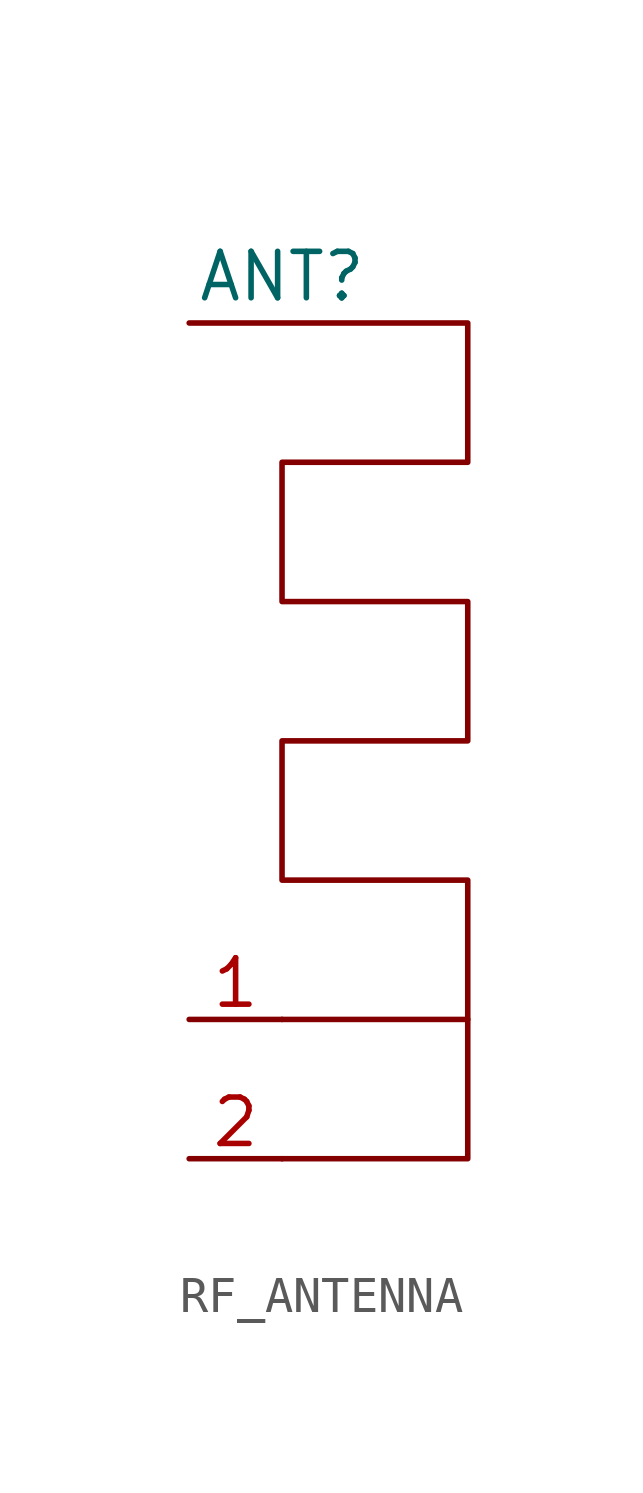
<source format=kicad_sym>
(kicad_symbol_lib
  (version 20231120)
  (generator "kicad_symbol_editor")
  (generator_version "8.0")
  (symbol "RF_ANTENNA"
    (property "Reference" "ANT"
      (at 0 13.97 0)
      (effects (font (size 1.27 1.27))))
    (property "Value" ""
      (at 0 0 0)
      (effects (font (size 1.27 1.27))))
    (symbol "RF_ANTENNA_0_1"
      (polyline (pts (xy 5.08 -6.35) (xy 5.08 -10.16) (xy 0 -10.16)) (stroke (width 0) (type default)) (fill (type none)))
      (polyline (pts (xy -2.54 12.7) (xy 5.08 12.7) (xy 5.08 8.89) (xy 0 8.89) (xy 0 5.08) (xy 5.08 5.08) (xy 5.08 1.27) (xy 0 1.27) (xy 0 -2.54) (xy 5.08 -2.54) (xy 5.08 -6.35) (xy 0 -6.35)) (stroke (width 0) (type default)) (fill (type none))))
    (symbol "RF_ANTENNA_1_1"
      (pin passive line (at -2.54 -6.35 0) (length 2.54) (name "" (effects (font (size 1.27 1.27)))) (number "1" (effects (font (size 1.27 1.27)))))
      (pin passive line (at -2.54 -10.16 0) (length 2.54) (name "" (effects (font (size 1.27 1.27)))) (number "2" (effects (font (size 1.27 1.27))))))))
</source>
